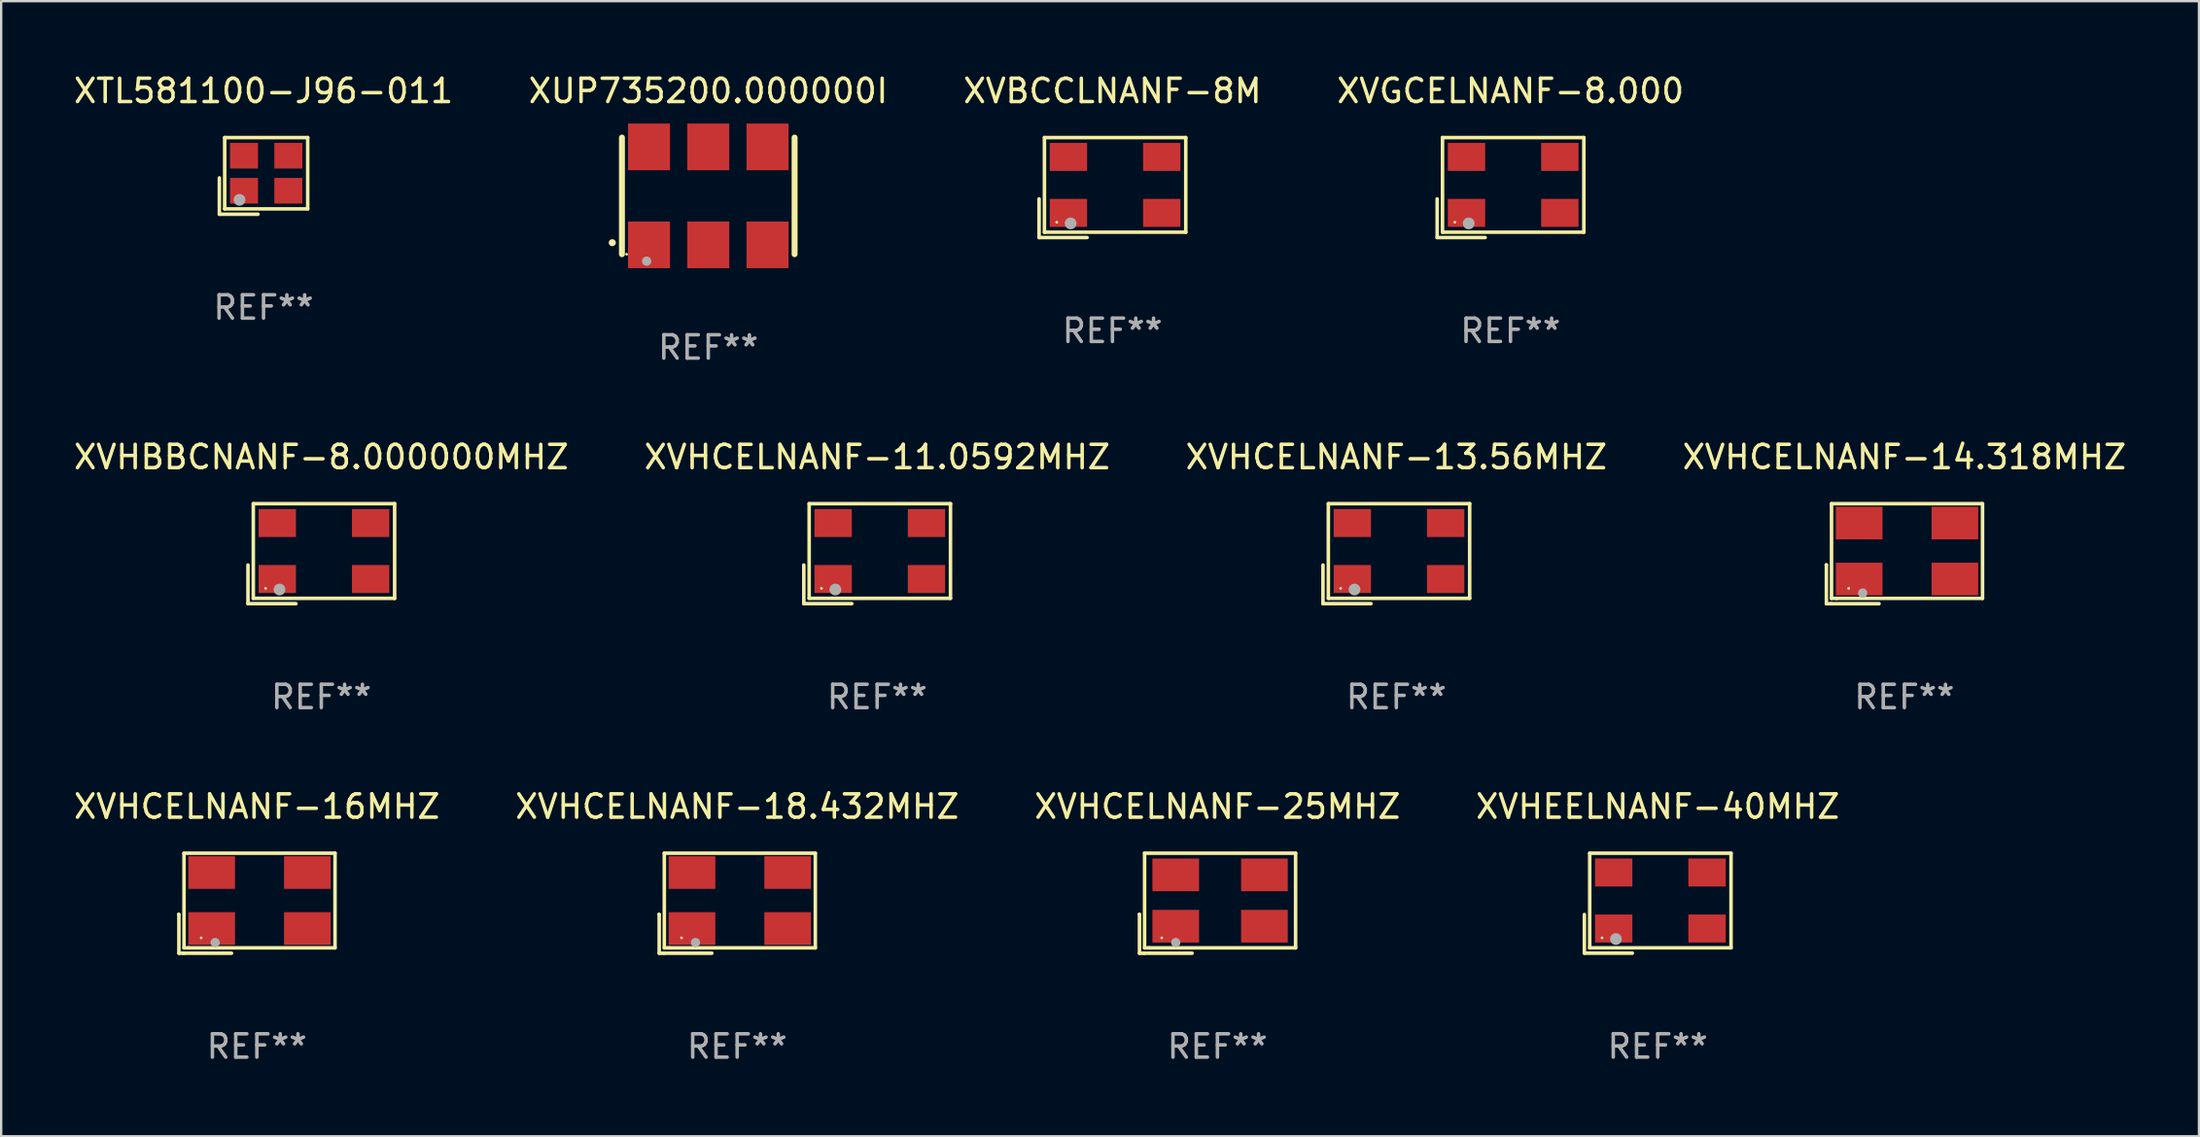
<source format=kicad_pcb>
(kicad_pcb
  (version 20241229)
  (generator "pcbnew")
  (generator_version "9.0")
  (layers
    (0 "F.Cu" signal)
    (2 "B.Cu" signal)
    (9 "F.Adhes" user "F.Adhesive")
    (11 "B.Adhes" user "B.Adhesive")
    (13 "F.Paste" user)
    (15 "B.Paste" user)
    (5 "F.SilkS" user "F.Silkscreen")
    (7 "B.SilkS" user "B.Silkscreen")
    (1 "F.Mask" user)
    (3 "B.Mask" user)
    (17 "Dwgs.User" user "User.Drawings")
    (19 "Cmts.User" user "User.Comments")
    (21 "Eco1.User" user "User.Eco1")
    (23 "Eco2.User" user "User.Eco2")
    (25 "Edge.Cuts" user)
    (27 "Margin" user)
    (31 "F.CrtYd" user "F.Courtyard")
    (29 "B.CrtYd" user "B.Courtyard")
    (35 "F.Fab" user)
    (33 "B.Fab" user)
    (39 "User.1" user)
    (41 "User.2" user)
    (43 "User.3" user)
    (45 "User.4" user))
  (footprint "XTL581100-J96-011"
    (layer "F.Cu")
    (at 8.244 4.491)
    (property "Reference" "XTL581100-J96-011" (at 0 -3.643 0) (layer "F.SilkS") (effects (font (size 1 1) (thickness 0.15))))
    (attr through_hole)
    (fp_line (start -1.893 0.086) (end -1.893 1.643) (stroke (width 0.152) (type solid)) (layer "F.SilkS"))
    (fp_line (start -1.893 1.643) (end -0.237 1.643) (stroke (width 0.152) (type solid)) (layer "F.SilkS"))
    (fp_line (start -1.665 -1.643) (end 1.893 -1.643) (stroke (width 0.152) (type solid)) (layer "F.SilkS"))
    (fp_line (start -1.665 1.414) (end -1.665 -1.643) (stroke (width 0.152) (type solid)) (layer "F.SilkS"))
    (fp_line (start 1.893 -1.643) (end 1.893 1.414) (stroke (width 0.152) (type solid)) (layer "F.SilkS"))
    (fp_line (start 1.893 1.414) (end -1.665 1.414) (stroke (width 0.152) (type solid)) (layer "F.SilkS"))
    (fp_circle (center -1.136 0.885) (end -1.106 0.885) (stroke (width 0.06) (type solid)) (fill no) (layer "F.SilkS"))
    (fp_circle (center -1.029 1.028) (end -0.902 1.028) (stroke (width 0.254) (type solid)) (fill no) (layer "F.Fab"))
    (fp_text user "REF**" (at 0 5.643 0) (layer "F.Fab") (effects (font (size 1 1) (thickness 0.15))))
    (pad "1" smd rect (at -0.836 0.636) (size 1.2 1.1) (layers "F.Cu" "F.Mask" "F.Paste"))
    (pad "2" smd rect (at 1.064 0.636) (size 1.2 1.1) (layers "F.Cu" "F.Mask" "F.Paste"))
    (pad "3" smd rect (at 1.064 -0.865) (size 1.2 1.1) (layers "F.Cu" "F.Mask" "F.Paste"))
    (pad "4" smd rect (at -0.836 -0.865) (size 1.2 1.1) (layers "F.Cu" "F.Mask" "F.Paste")))
  (footprint "XVHCELNANF-13.56MHZ"
    (layer "F.Cu")
    (at 56.792 20.688)
    (property "Reference" "XVHCELNANF-13.56MHZ" (at 0 -4.143 0) (layer "F.SilkS") (effects (font (size 1 1) (thickness 0.15))))
    (attr through_hole)
    (fp_line (start -3.143 0.486) (end -3.143 2.143) (stroke (width 0.152) (type solid)) (layer "F.SilkS"))
    (fp_line (start -3.143 2.143) (end -1.086 2.143) (stroke (width 0.152) (type solid)) (layer "F.SilkS"))
    (fp_line (start -2.914 -2.143) (end 3.143 -2.143) (stroke (width 0.152) (type solid)) (layer "F.SilkS"))
    (fp_line (start -2.914 1.914) (end -2.914 -2.143) (stroke (width 0.152) (type solid)) (layer "F.SilkS"))
    (fp_line (start 3.143 -2.143) (end 3.143 1.914) (stroke (width 0.152) (type solid)) (layer "F.SilkS"))
    (fp_line (start 3.143 1.914) (end -2.914 1.914) (stroke (width 0.152) (type solid)) (layer "F.SilkS"))
    (fp_circle (center -2.386 1.486) (end -2.356 1.486) (stroke (width 0.06) (type solid)) (fill no) (layer "F.SilkS"))
    (fp_circle (center -1.791 1.537) (end -1.664 1.537) (stroke (width 0.254) (type solid)) (fill no) (layer "F.Fab"))
    (fp_text user "REF**" (at 0 6.143 0) (layer "F.Fab") (effects (font (size 1 1) (thickness 0.15))))
    (pad "1" smd rect (at -1.886 1.086) (size 1.6 1.2) (layers "F.Cu" "F.Mask" "F.Paste"))
    (pad "2" smd rect (at 2.114 1.086) (size 1.6 1.2) (layers "F.Cu" "F.Mask" "F.Paste"))
    (pad "3" smd rect (at 2.114 -1.314) (size 1.6 1.2) (layers "F.Cu" "F.Mask" "F.Paste"))
    (pad "4" smd rect (at -1.886 -1.314) (size 1.6 1.2) (layers "F.Cu" "F.Mask" "F.Paste")))
  (footprint "XVHBBCNANF-8.000000MHZ"
    (layer "F.Cu")
    (at 10.72 20.688)
    (property "Reference" "XVHBBCNANF-8.000000MHZ" (at 0 -4.143 0) (layer "F.SilkS") (effects (font (size 1 1) (thickness 0.15))))
    (attr through_hole)
    (fp_line (start -3.143 0.486) (end -3.143 2.143) (stroke (width 0.152) (type solid)) (layer "F.SilkS"))
    (fp_line (start -3.143 2.143) (end -1.086 2.143) (stroke (width 0.152) (type solid)) (layer "F.SilkS"))
    (fp_line (start -2.914 -2.143) (end 3.143 -2.143) (stroke (width 0.152) (type solid)) (layer "F.SilkS"))
    (fp_line (start -2.914 1.914) (end -2.914 -2.143) (stroke (width 0.152) (type solid)) (layer "F.SilkS"))
    (fp_line (start 3.143 -2.143) (end 3.143 1.914) (stroke (width 0.152) (type solid)) (layer "F.SilkS"))
    (fp_line (start 3.143 1.914) (end -2.914 1.914) (stroke (width 0.152) (type solid)) (layer "F.SilkS"))
    (fp_circle (center -2.386 1.486) (end -2.356 1.486) (stroke (width 0.06) (type solid)) (fill no) (layer "F.SilkS"))
    (fp_circle (center -1.791 1.537) (end -1.664 1.537) (stroke (width 0.254) (type solid)) (fill no) (layer "F.Fab"))
    (fp_text user "REF**" (at 0 6.143 0) (layer "F.Fab") (effects (font (size 1 1) (thickness 0.15))))
    (pad "1" smd rect (at -1.886 1.086) (size 1.6 1.2) (layers "F.Cu" "F.Mask" "F.Paste"))
    (pad "2" smd rect (at 2.114 1.086) (size 1.6 1.2) (layers "F.Cu" "F.Mask" "F.Paste"))
    (pad "3" smd rect (at 2.114 -1.314) (size 1.6 1.2) (layers "F.Cu" "F.Mask" "F.Paste"))
    (pad "4" smd rect (at -1.886 -1.314) (size 1.6 1.2) (layers "F.Cu" "F.Mask" "F.Paste")))
  (footprint "XVHCELNANF-25MHZ"
    (layer "F.Cu")
    (at 49.125 35.673)
    (property "Reference" "XVHCELNANF-25MHZ" (at 0 -4.144 0) (layer "F.SilkS") (effects (font (size 1 1) (thickness 0.15))))
    (attr through_hole)
    (fp_line (start -3.35 0.476) (end -3.341 0.485) (stroke (width 0.152) (type solid)) (layer "F.SilkS"))
    (fp_line (start -3.341 0.485) (end -3.341 2.144) (stroke (width 0.152) (type solid)) (layer "F.SilkS"))
    (fp_line (start -3.341 2.144) (end -3.143 2.144) (stroke (width 0.152) (type solid)) (layer "F.SilkS"))
    (fp_line (start -3.143 2.144) (end -1.085 2.144) (stroke (width 0.152) (type solid)) (layer "F.SilkS"))
    (fp_line (start -3.122 -2.144) (end 3.35 -2.144) (stroke (width 0.152) (type solid)) (layer "F.SilkS"))
    (fp_line (start -3.122 1.915) (end -3.122 -2.144) (stroke (width 0.152) (type solid)) (layer "F.SilkS"))
    (fp_line (start -2.914 1.915) (end -3.122 1.915) (stroke (width 0.152) (type solid)) (layer "F.SilkS"))
    (fp_line (start 3.35 -2.144) (end 3.35 1.915) (stroke (width 0.152) (type solid)) (layer "F.SilkS"))
    (fp_line (start 3.35 1.915) (end -2.914 1.915) (stroke (width 0.152) (type solid)) (layer "F.SilkS"))
    (fp_circle (center -2.386 1.486) (end -2.356 1.486) (stroke (width 0.06) (type solid)) (fill no) (layer "F.SilkS"))
    (fp_circle (center -1.786 1.686) (end -1.686 1.686) (stroke (width 0.2) (type solid)) (fill no) (layer "F.Fab"))
    (fp_text user "REF**" (at 0 6.144 0) (layer "F.Fab") (effects (font (size 1 1) (thickness 0.15))))
    (pad "1" smd rect (at -1.786 0.986) (size 2 1.4) (layers "F.Cu" "F.Mask" "F.Paste"))
    (pad "2" smd rect (at 2.014 0.986) (size 2 1.4) (layers "F.Cu" "F.Mask" "F.Paste"))
    (pad "3" smd rect (at 2.014 -1.214) (size 2 1.4) (layers "F.Cu" "F.Mask" "F.Paste"))
    (pad "4" smd rect (at -1.786 -1.214) (size 2 1.4) (layers "F.Cu" "F.Mask" "F.Paste")))
  (footprint "XVHCELNANF-18.432MHZ"
    (layer "F.Cu")
    (at 28.542 35.673)
    (property "Reference" "XVHCELNANF-18.432MHZ" (at 0 -4.144 0) (layer "F.SilkS") (effects (font (size 1 1) (thickness 0.15))))
    (attr through_hole)
    (fp_line (start -3.35 0.476) (end -3.341 0.485) (stroke (width 0.152) (type solid)) (layer "F.SilkS"))
    (fp_line (start -3.341 0.485) (end -3.341 2.144) (stroke (width 0.152) (type solid)) (layer "F.SilkS"))
    (fp_line (start -3.341 2.144) (end -3.143 2.144) (stroke (width 0.152) (type solid)) (layer "F.SilkS"))
    (fp_line (start -3.143 2.144) (end -1.085 2.144) (stroke (width 0.152) (type solid)) (layer "F.SilkS"))
    (fp_line (start -3.122 -2.144) (end 3.35 -2.144) (stroke (width 0.152) (type solid)) (layer "F.SilkS"))
    (fp_line (start -3.122 1.915) (end -3.122 -2.144) (stroke (width 0.152) (type solid)) (layer "F.SilkS"))
    (fp_line (start -2.914 1.915) (end -3.122 1.915) (stroke (width 0.152) (type solid)) (layer "F.SilkS"))
    (fp_line (start 3.35 -2.144) (end 3.35 1.915) (stroke (width 0.152) (type solid)) (layer "F.SilkS"))
    (fp_line (start 3.35 1.915) (end -2.914 1.915) (stroke (width 0.152) (type solid)) (layer "F.SilkS"))
    (fp_circle (center -2.386 1.486) (end -2.356 1.486) (stroke (width 0.06) (type solid)) (fill no) (layer "F.SilkS"))
    (fp_circle (center -1.786 1.686) (end -1.686 1.686) (stroke (width 0.2) (type solid)) (fill no) (layer "F.Fab"))
    (fp_text user "REF**" (at 0 6.144 0) (layer "F.Fab") (effects (font (size 1 1) (thickness 0.15))))
    (pad "1" smd rect (at -1.936 1.086) (size 2 1.4) (layers "F.Cu" "F.Mask" "F.Paste"))
    (pad "2" smd rect (at 2.164 1.086) (size 2 1.4) (layers "F.Cu" "F.Mask" "F.Paste"))
    (pad "3" smd rect (at 2.164 -1.314) (size 2 1.4) (layers "F.Cu" "F.Mask" "F.Paste"))
    (pad "4" smd rect (at -1.936 -1.314) (size 2 1.4) (layers "F.Cu" "F.Mask" "F.Paste")))
  (footprint "XVHEELNANF-40MHZ"
    (layer "F.Cu")
    (at 67.994 35.672)
    (property "Reference" "XVHEELNANF-40MHZ" (at 0 -4.143 0) (layer "F.SilkS") (effects (font (size 1 1) (thickness 0.15))))
    (attr through_hole)
    (fp_line (start -3.143 0.486) (end -3.143 2.143) (stroke (width 0.152) (type solid)) (layer "F.SilkS"))
    (fp_line (start -3.143 2.143) (end -1.086 2.143) (stroke (width 0.152) (type solid)) (layer "F.SilkS"))
    (fp_line (start -2.914 -2.143) (end 3.143 -2.143) (stroke (width 0.152) (type solid)) (layer "F.SilkS"))
    (fp_line (start -2.914 1.914) (end -2.914 -2.143) (stroke (width 0.152) (type solid)) (layer "F.SilkS"))
    (fp_line (start 3.143 -2.143) (end 3.143 1.914) (stroke (width 0.152) (type solid)) (layer "F.SilkS"))
    (fp_line (start 3.143 1.914) (end -2.914 1.914) (stroke (width 0.152) (type solid)) (layer "F.SilkS"))
    (fp_circle (center -2.386 1.486) (end -2.356 1.486) (stroke (width 0.06) (type solid)) (fill no) (layer "F.SilkS"))
    (fp_circle (center -1.791 1.537) (end -1.664 1.537) (stroke (width 0.254) (type solid)) (fill no) (layer "F.Fab"))
    (fp_text user "REF**" (at 0 6.143 0) (layer "F.Fab") (effects (font (size 1 1) (thickness 0.15))))
    (pad "1" smd rect (at -1.886 1.086) (size 1.6 1.2) (layers "F.Cu" "F.Mask" "F.Paste"))
    (pad "2" smd rect (at 2.114 1.086) (size 1.6 1.2) (layers "F.Cu" "F.Mask" "F.Paste"))
    (pad "3" smd rect (at 2.114 -1.314) (size 1.6 1.2) (layers "F.Cu" "F.Mask" "F.Paste"))
    (pad "4" smd rect (at -1.886 -1.314) (size 1.6 1.2) (layers "F.Cu" "F.Mask" "F.Paste")))
  (footprint "XUP735200.000000I"
    (layer "F.Cu")
    (at 27.304 5.348)
    (property "Reference" "XUP735200.000000I" (at 0 -4.5 0) (layer "F.SilkS") (effects (font (size 1 1) (thickness 0.15))))
    (attr through_hole)
    (fp_line (start -3.7 -2.5) (end -3.7 2.5) (stroke (width 0.254) (type solid)) (layer "F.SilkS"))
    (fp_line (start 3.7 -2.5) (end 3.7 2.5) (stroke (width 0.254) (type solid)) (layer "F.SilkS"))
    (fp_arc (start -4.114415 2.006604) (mid -4.113145 2.006599) (end -4.111875 2.006604) (stroke (width 0.3) (type solid)) (layer "F.SilkS"))
    (fp_circle (center -3.5 2.501) (end -3.47 2.501) (stroke (width 0.06) (type solid)) (fill no) (layer "F.SilkS"))
    (fp_circle (center -2.641 2.799) (end -2.541 2.799) (stroke (width 0.2) (type solid)) (fill no) (layer "F.Fab"))
    (fp_text user "REF**" (at 0 6.5 0) (layer "F.Fab") (effects (font (size 1 1) (thickness 0.15))))
    (pad "1" smd rect (at -2.54 2.1) (size 1.8 2) (layers "F.Cu" "F.Mask" "F.Paste"))
    (pad "2" smd rect (at 0.000394 2.1) (size 1.8 2) (layers "F.Cu" "F.Mask" "F.Paste"))
    (pad "3" smd rect (at 2.54 2.1) (size 1.8 2) (layers "F.Cu" "F.Mask" "F.Paste"))
    (pad "4" smd rect (at 2.54 -2.1) (size 1.8 2) (layers "F.Cu" "F.Mask" "F.Paste"))
    (pad "5" smd rect (at 0.000394 -2.1) (size 1.8 2) (layers "F.Cu" "F.Mask" "F.Paste"))
    (pad "6" smd rect (at -2.54 -2.1) (size 1.8 2) (layers "F.Cu" "F.Mask" "F.Paste")))
  (footprint "XVHCELNANF-16MHZ"
    (layer "F.Cu")
    (at 7.958 35.673)
    (property "Reference" "XVHCELNANF-16MHZ" (at 0 -4.144 0) (layer "F.SilkS") (effects (font (size 1 1) (thickness 0.15))))
    (attr through_hole)
    (fp_line (start -3.35 0.476) (end -3.341 0.485) (stroke (width 0.152) (type solid)) (layer "F.SilkS"))
    (fp_line (start -3.341 0.485) (end -3.341 2.144) (stroke (width 0.152) (type solid)) (layer "F.SilkS"))
    (fp_line (start -3.341 2.144) (end -3.143 2.144) (stroke (width 0.152) (type solid)) (layer "F.SilkS"))
    (fp_line (start -3.143 2.144) (end -1.085 2.144) (stroke (width 0.152) (type solid)) (layer "F.SilkS"))
    (fp_line (start -3.122 -2.144) (end 3.35 -2.144) (stroke (width 0.152) (type solid)) (layer "F.SilkS"))
    (fp_line (start -3.122 1.915) (end -3.122 -2.144) (stroke (width 0.152) (type solid)) (layer "F.SilkS"))
    (fp_line (start -2.914 1.915) (end -3.122 1.915) (stroke (width 0.152) (type solid)) (layer "F.SilkS"))
    (fp_line (start 3.35 -2.144) (end 3.35 1.915) (stroke (width 0.152) (type solid)) (layer "F.SilkS"))
    (fp_line (start 3.35 1.915) (end -2.914 1.915) (stroke (width 0.152) (type solid)) (layer "F.SilkS"))
    (fp_circle (center -2.386 1.486) (end -2.356 1.486) (stroke (width 0.06) (type solid)) (fill no) (layer "F.SilkS"))
    (fp_circle (center -1.786 1.686) (end -1.686 1.686) (stroke (width 0.2) (type solid)) (fill no) (layer "F.Fab"))
    (fp_text user "REF**" (at 0 6.144 0) (layer "F.Fab") (effects (font (size 1 1) (thickness 0.15))))
    (pad "1" smd rect (at -1.936 1.086) (size 2 1.4) (layers "F.Cu" "F.Mask" "F.Paste"))
    (pad "2" smd rect (at 2.164 1.086) (size 2 1.4) (layers "F.Cu" "F.Mask" "F.Paste"))
    (pad "3" smd rect (at 2.164 -1.314) (size 2 1.4) (layers "F.Cu" "F.Mask" "F.Paste"))
    (pad "4" smd rect (at -1.936 -1.314) (size 2 1.4) (layers "F.Cu" "F.Mask" "F.Paste")))
  (footprint "XVGCELNANF-8.000"
    (layer "F.Cu")
    (at 61.685 4.991)
    (property "Reference" "XVGCELNANF-8.000" (at 0 -4.143 0) (layer "F.SilkS") (effects (font (size 1 1) (thickness 0.15))))
    (attr through_hole)
    (fp_line (start -3.143 0.486) (end -3.143 2.143) (stroke (width 0.152) (type solid)) (layer "F.SilkS"))
    (fp_line (start -3.143 2.143) (end -1.086 2.143) (stroke (width 0.152) (type solid)) (layer "F.SilkS"))
    (fp_line (start -2.914 -2.143) (end 3.143 -2.143) (stroke (width 0.152) (type solid)) (layer "F.SilkS"))
    (fp_line (start -2.914 1.914) (end -2.914 -2.143) (stroke (width 0.152) (type solid)) (layer "F.SilkS"))
    (fp_line (start 3.143 -2.143) (end 3.143 1.914) (stroke (width 0.152) (type solid)) (layer "F.SilkS"))
    (fp_line (start 3.143 1.914) (end -2.914 1.914) (stroke (width 0.152) (type solid)) (layer "F.SilkS"))
    (fp_circle (center -2.386 1.486) (end -2.356 1.486) (stroke (width 0.06) (type solid)) (fill no) (layer "F.SilkS"))
    (fp_circle (center -1.791 1.537) (end -1.664 1.537) (stroke (width 0.254) (type solid)) (fill no) (layer "F.Fab"))
    (fp_text user "REF**" (at 0 6.143 0) (layer "F.Fab") (effects (font (size 1 1) (thickness 0.15))))
    (pad "1" smd rect (at -1.886 1.086) (size 1.6 1.2) (layers "F.Cu" "F.Mask" "F.Paste"))
    (pad "2" smd rect (at 2.114 1.086) (size 1.6 1.2) (layers "F.Cu" "F.Mask" "F.Paste"))
    (pad "3" smd rect (at 2.114 -1.314) (size 1.6 1.2) (layers "F.Cu" "F.Mask" "F.Paste"))
    (pad "4" smd rect (at -1.886 -1.314) (size 1.6 1.2) (layers "F.Cu" "F.Mask" "F.Paste")))
  (footprint "XVHCELNANF-14.318MHZ"
    (layer "F.Cu")
    (at 78.565 20.689)
    (property "Reference" "XVHCELNANF-14.318MHZ" (at 0 -4.144 0) (layer "F.SilkS") (effects (font (size 1 1) (thickness 0.15))))
    (attr through_hole)
    (fp_line (start -3.35 0.476) (end -3.341 0.485) (stroke (width 0.152) (type solid)) (layer "F.SilkS"))
    (fp_line (start -3.341 0.485) (end -3.341 2.144) (stroke (width 0.152) (type solid)) (layer "F.SilkS"))
    (fp_line (start -3.341 2.144) (end -3.143 2.144) (stroke (width 0.152) (type solid)) (layer "F.SilkS"))
    (fp_line (start -3.143 2.144) (end -1.085 2.144) (stroke (width 0.152) (type solid)) (layer "F.SilkS"))
    (fp_line (start -3.122 -2.144) (end 3.35 -2.144) (stroke (width 0.152) (type solid)) (layer "F.SilkS"))
    (fp_line (start -3.122 1.915) (end -3.122 -2.144) (stroke (width 0.152) (type solid)) (layer "F.SilkS"))
    (fp_line (start -2.914 1.915) (end -3.122 1.915) (stroke (width 0.152) (type solid)) (layer "F.SilkS"))
    (fp_line (start 3.35 -2.144) (end 3.35 1.915) (stroke (width 0.152) (type solid)) (layer "F.SilkS"))
    (fp_line (start 3.35 1.915) (end -2.914 1.915) (stroke (width 0.152) (type solid)) (layer "F.SilkS"))
    (fp_circle (center -2.386 1.486) (end -2.356 1.486) (stroke (width 0.06) (type solid)) (fill no) (layer "F.SilkS"))
    (fp_circle (center -1.786 1.686) (end -1.686 1.686) (stroke (width 0.2) (type solid)) (fill no) (layer "F.Fab"))
    (fp_text user "REF**" (at 0 6.144 0) (layer "F.Fab") (effects (font (size 1 1) (thickness 0.15))))
    (pad "1" smd rect (at -1.936 1.086) (size 2 1.4) (layers "F.Cu" "F.Mask" "F.Paste"))
    (pad "2" smd rect (at 2.164 1.086) (size 2 1.4) (layers "F.Cu" "F.Mask" "F.Paste"))
    (pad "3" smd rect (at 2.164 -1.314) (size 2 1.4) (layers "F.Cu" "F.Mask" "F.Paste"))
    (pad "4" smd rect (at -1.936 -1.314) (size 2 1.4) (layers "F.Cu" "F.Mask" "F.Paste")))
  (footprint "XVHCELNANF-11.0592MHZ"
    (layer "F.Cu")
    (at 34.542 20.688)
    (property "Reference" "XVHCELNANF-11.0592MHZ" (at 0 -4.143 0) (layer "F.SilkS") (effects (font (size 1 1) (thickness 0.15))))
    (attr through_hole)
    (fp_line (start -3.143 0.486) (end -3.143 2.143) (stroke (width 0.152) (type solid)) (layer "F.SilkS"))
    (fp_line (start -3.143 2.143) (end -1.086 2.143) (stroke (width 0.152) (type solid)) (layer "F.SilkS"))
    (fp_line (start -2.914 -2.143) (end 3.143 -2.143) (stroke (width 0.152) (type solid)) (layer "F.SilkS"))
    (fp_line (start -2.914 1.914) (end -2.914 -2.143) (stroke (width 0.152) (type solid)) (layer "F.SilkS"))
    (fp_line (start 3.143 -2.143) (end 3.143 1.914) (stroke (width 0.152) (type solid)) (layer "F.SilkS"))
    (fp_line (start 3.143 1.914) (end -2.914 1.914) (stroke (width 0.152) (type solid)) (layer "F.SilkS"))
    (fp_circle (center -2.386 1.486) (end -2.356 1.486) (stroke (width 0.06) (type solid)) (fill no) (layer "F.SilkS"))
    (fp_circle (center -1.791 1.537) (end -1.664 1.537) (stroke (width 0.254) (type solid)) (fill no) (layer "F.Fab"))
    (fp_text user "REF**" (at 0 6.143 0) (layer "F.Fab") (effects (font (size 1 1) (thickness 0.15))))
    (pad "1" smd rect (at -1.886 1.086) (size 1.6 1.2) (layers "F.Cu" "F.Mask" "F.Paste"))
    (pad "2" smd rect (at 2.114 1.086) (size 1.6 1.2) (layers "F.Cu" "F.Mask" "F.Paste"))
    (pad "3" smd rect (at 2.114 -1.314) (size 1.6 1.2) (layers "F.Cu" "F.Mask" "F.Paste"))
    (pad "4" smd rect (at -1.886 -1.314) (size 1.6 1.2) (layers "F.Cu" "F.Mask" "F.Paste")))
  (footprint "XVBCCLNANF-8M"
    (layer "F.Cu")
    (at 44.625 4.991)
    (property "Reference" "XVBCCLNANF-8M" (at 0 -4.143 0) (layer "F.SilkS") (effects (font (size 1 1) (thickness 0.15))))
    (attr through_hole)
    (fp_line (start -3.143 0.486) (end -3.143 2.143) (stroke (width 0.152) (type solid)) (layer "F.SilkS"))
    (fp_line (start -3.143 2.143) (end -1.086 2.143) (stroke (width 0.152) (type solid)) (layer "F.SilkS"))
    (fp_line (start -2.914 -2.143) (end 3.143 -2.143) (stroke (width 0.152) (type solid)) (layer "F.SilkS"))
    (fp_line (start -2.914 1.914) (end -2.914 -2.143) (stroke (width 0.152) (type solid)) (layer "F.SilkS"))
    (fp_line (start 3.143 -2.143) (end 3.143 1.914) (stroke (width 0.152) (type solid)) (layer "F.SilkS"))
    (fp_line (start 3.143 1.914) (end -2.914 1.914) (stroke (width 0.152) (type solid)) (layer "F.SilkS"))
    (fp_circle (center -2.386 1.486) (end -2.356 1.486) (stroke (width 0.06) (type solid)) (fill no) (layer "F.SilkS"))
    (fp_circle (center -1.791 1.537) (end -1.664 1.537) (stroke (width 0.254) (type solid)) (fill no) (layer "F.Fab"))
    (fp_text user "REF**" (at 0 6.143 0) (layer "F.Fab") (effects (font (size 1 1) (thickness 0.15))))
    (pad "1" smd rect (at -1.886 1.086) (size 1.6 1.2) (layers "F.Cu" "F.Mask" "F.Paste"))
    (pad "2" smd rect (at 2.114 1.086) (size 1.6 1.2) (layers "F.Cu" "F.Mask" "F.Paste"))
    (pad "3" smd rect (at 2.114 -1.314) (size 1.6 1.2) (layers "F.Cu" "F.Mask" "F.Paste"))
    (pad "4" smd rect (at -1.886 -1.314) (size 1.6 1.2) (layers "F.Cu" "F.Mask" "F.Paste")))
  (gr_rect
    (start -3 -3)
    (end 91.19 45.665)
    (stroke (width 0.1) (type default))
    (fill no)
    (layer "Edge.Cuts")))
</source>
